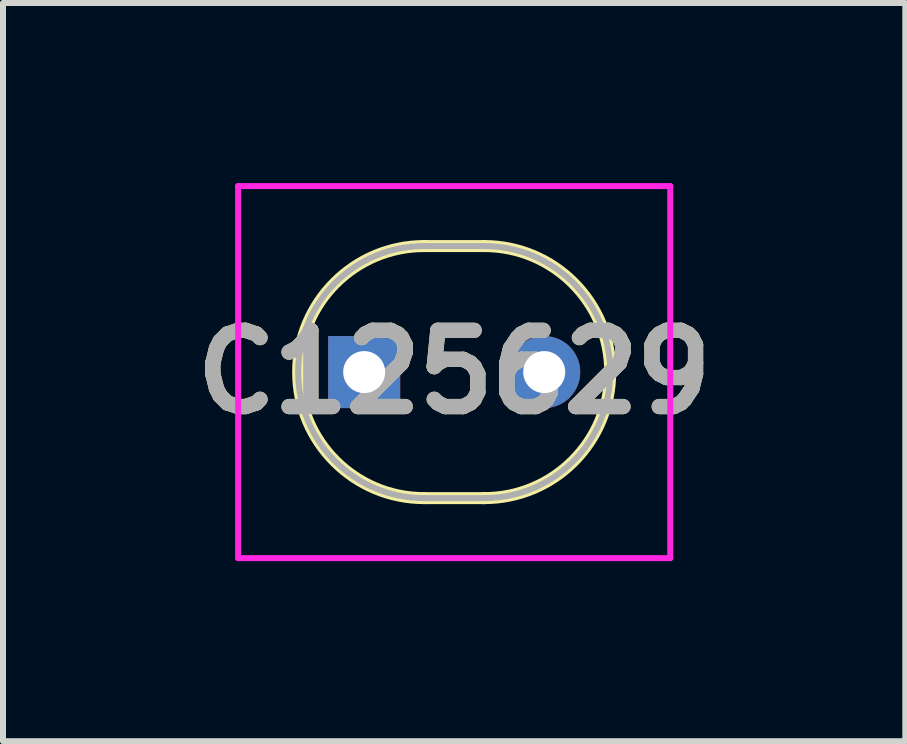
<source format=kicad_pcb>
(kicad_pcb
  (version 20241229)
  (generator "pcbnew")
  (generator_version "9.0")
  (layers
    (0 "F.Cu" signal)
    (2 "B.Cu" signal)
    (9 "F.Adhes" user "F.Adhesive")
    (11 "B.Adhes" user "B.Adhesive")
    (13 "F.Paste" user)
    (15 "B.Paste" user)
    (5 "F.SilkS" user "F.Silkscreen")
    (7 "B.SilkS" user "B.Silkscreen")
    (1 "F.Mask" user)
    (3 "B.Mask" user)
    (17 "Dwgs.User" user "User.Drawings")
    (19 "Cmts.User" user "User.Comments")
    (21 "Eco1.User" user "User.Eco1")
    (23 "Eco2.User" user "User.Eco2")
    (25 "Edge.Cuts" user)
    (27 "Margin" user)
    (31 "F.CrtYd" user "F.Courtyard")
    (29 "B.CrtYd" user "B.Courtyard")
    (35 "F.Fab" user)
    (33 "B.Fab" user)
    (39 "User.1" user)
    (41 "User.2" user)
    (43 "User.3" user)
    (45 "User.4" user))
  (footprint "C125629"
    (layer "F.Cu")
    (at 3.018 3.15)
    (property "Reference" "C125629" (at 1.5 0 0) (layer "F.SilkS") (effects (font (size 1.27 1.27) (thickness 0.254))))
    (attr through_hole)
    (fp_line (start 1 -2.1) (end 1 -2.1) (stroke (width 0.2) (type solid)) (layer "F.SilkS"))
    (fp_line (start 1 2.1) (end 2 2.1) (stroke (width 0.2) (type solid)) (layer "F.SilkS"))
    (fp_line (start 2 -2.1) (end 1 -2.1) (stroke (width 0.2) (type solid)) (layer "F.SilkS"))
    (fp_line (start 2 2.1) (end 2 2.1) (stroke (width 0.2) (type solid)) (layer "F.SilkS"))
    (fp_arc (start 1 2.1) (mid -1.1 0) (end 1 -2.1) (stroke (width 0.2) (type solid)) (layer "F.SilkS"))
    (fp_arc (start 2 -2.1) (mid 4.1 0) (end 2 2.1) (stroke (width 0.2) (type solid)) (layer "F.SilkS"))
    (fp_line (start -2.1 -3.1) (end 5.1 -3.1) (stroke (width 0.1) (type solid)) (layer "F.CrtYd"))
    (fp_line (start -2.1 3.1) (end -2.1 -3.1) (stroke (width 0.1) (type solid)) (layer "F.CrtYd"))
    (fp_line (start 5.1 -3.1) (end 5.1 3.1) (stroke (width 0.1) (type solid)) (layer "F.CrtYd"))
    (fp_line (start 5.1 3.1) (end -2.1 3.1) (stroke (width 0.1) (type solid)) (layer "F.CrtYd"))
    (fp_line (start 1 -2.1) (end 1 -2.1) (stroke (width 0.1) (type solid)) (layer "F.Fab"))
    (fp_line (start 1 2.1) (end 2 2.1) (stroke (width 0.1) (type solid)) (layer "F.Fab"))
    (fp_line (start 2 -2.1) (end 1 -2.1) (stroke (width 0.1) (type solid)) (layer "F.Fab"))
    (fp_line (start 2 2.1) (end 2 2.1) (stroke (width 0.1) (type solid)) (layer "F.Fab"))
    (fp_arc (start 1 2.1) (mid -1.1 0) (end 1 -2.1) (stroke (width 0.1) (type solid)) (layer "F.Fab"))
    (fp_arc (start 2 -2.1) (mid 4.1 0) (end 2 2.1) (stroke (width 0.1) (type solid)) (layer "F.Fab"))
    (fp_text user "${REFERENCE}" (at 1.5 0 0) (layer "F.Fab") (effects (font (size 1.27 1.27) (thickness 0.254))))
    (pad "1" thru_hole rect (at 0 0) (size 1.2 1.2) (drill 0.7) (layers "*.Cu" "*.Mask"))
    (pad "2" thru_hole circle (at 3 0) (size 1.2 1.2) (drill 0.7) (layers "*.Cu" "*.Mask")))
  (gr_rect
    (start -3 -3)
    (end 12.035 9.3)
    (stroke (width 0.1) (type default))
    (fill no)
    (layer "Edge.Cuts")))
</source>
